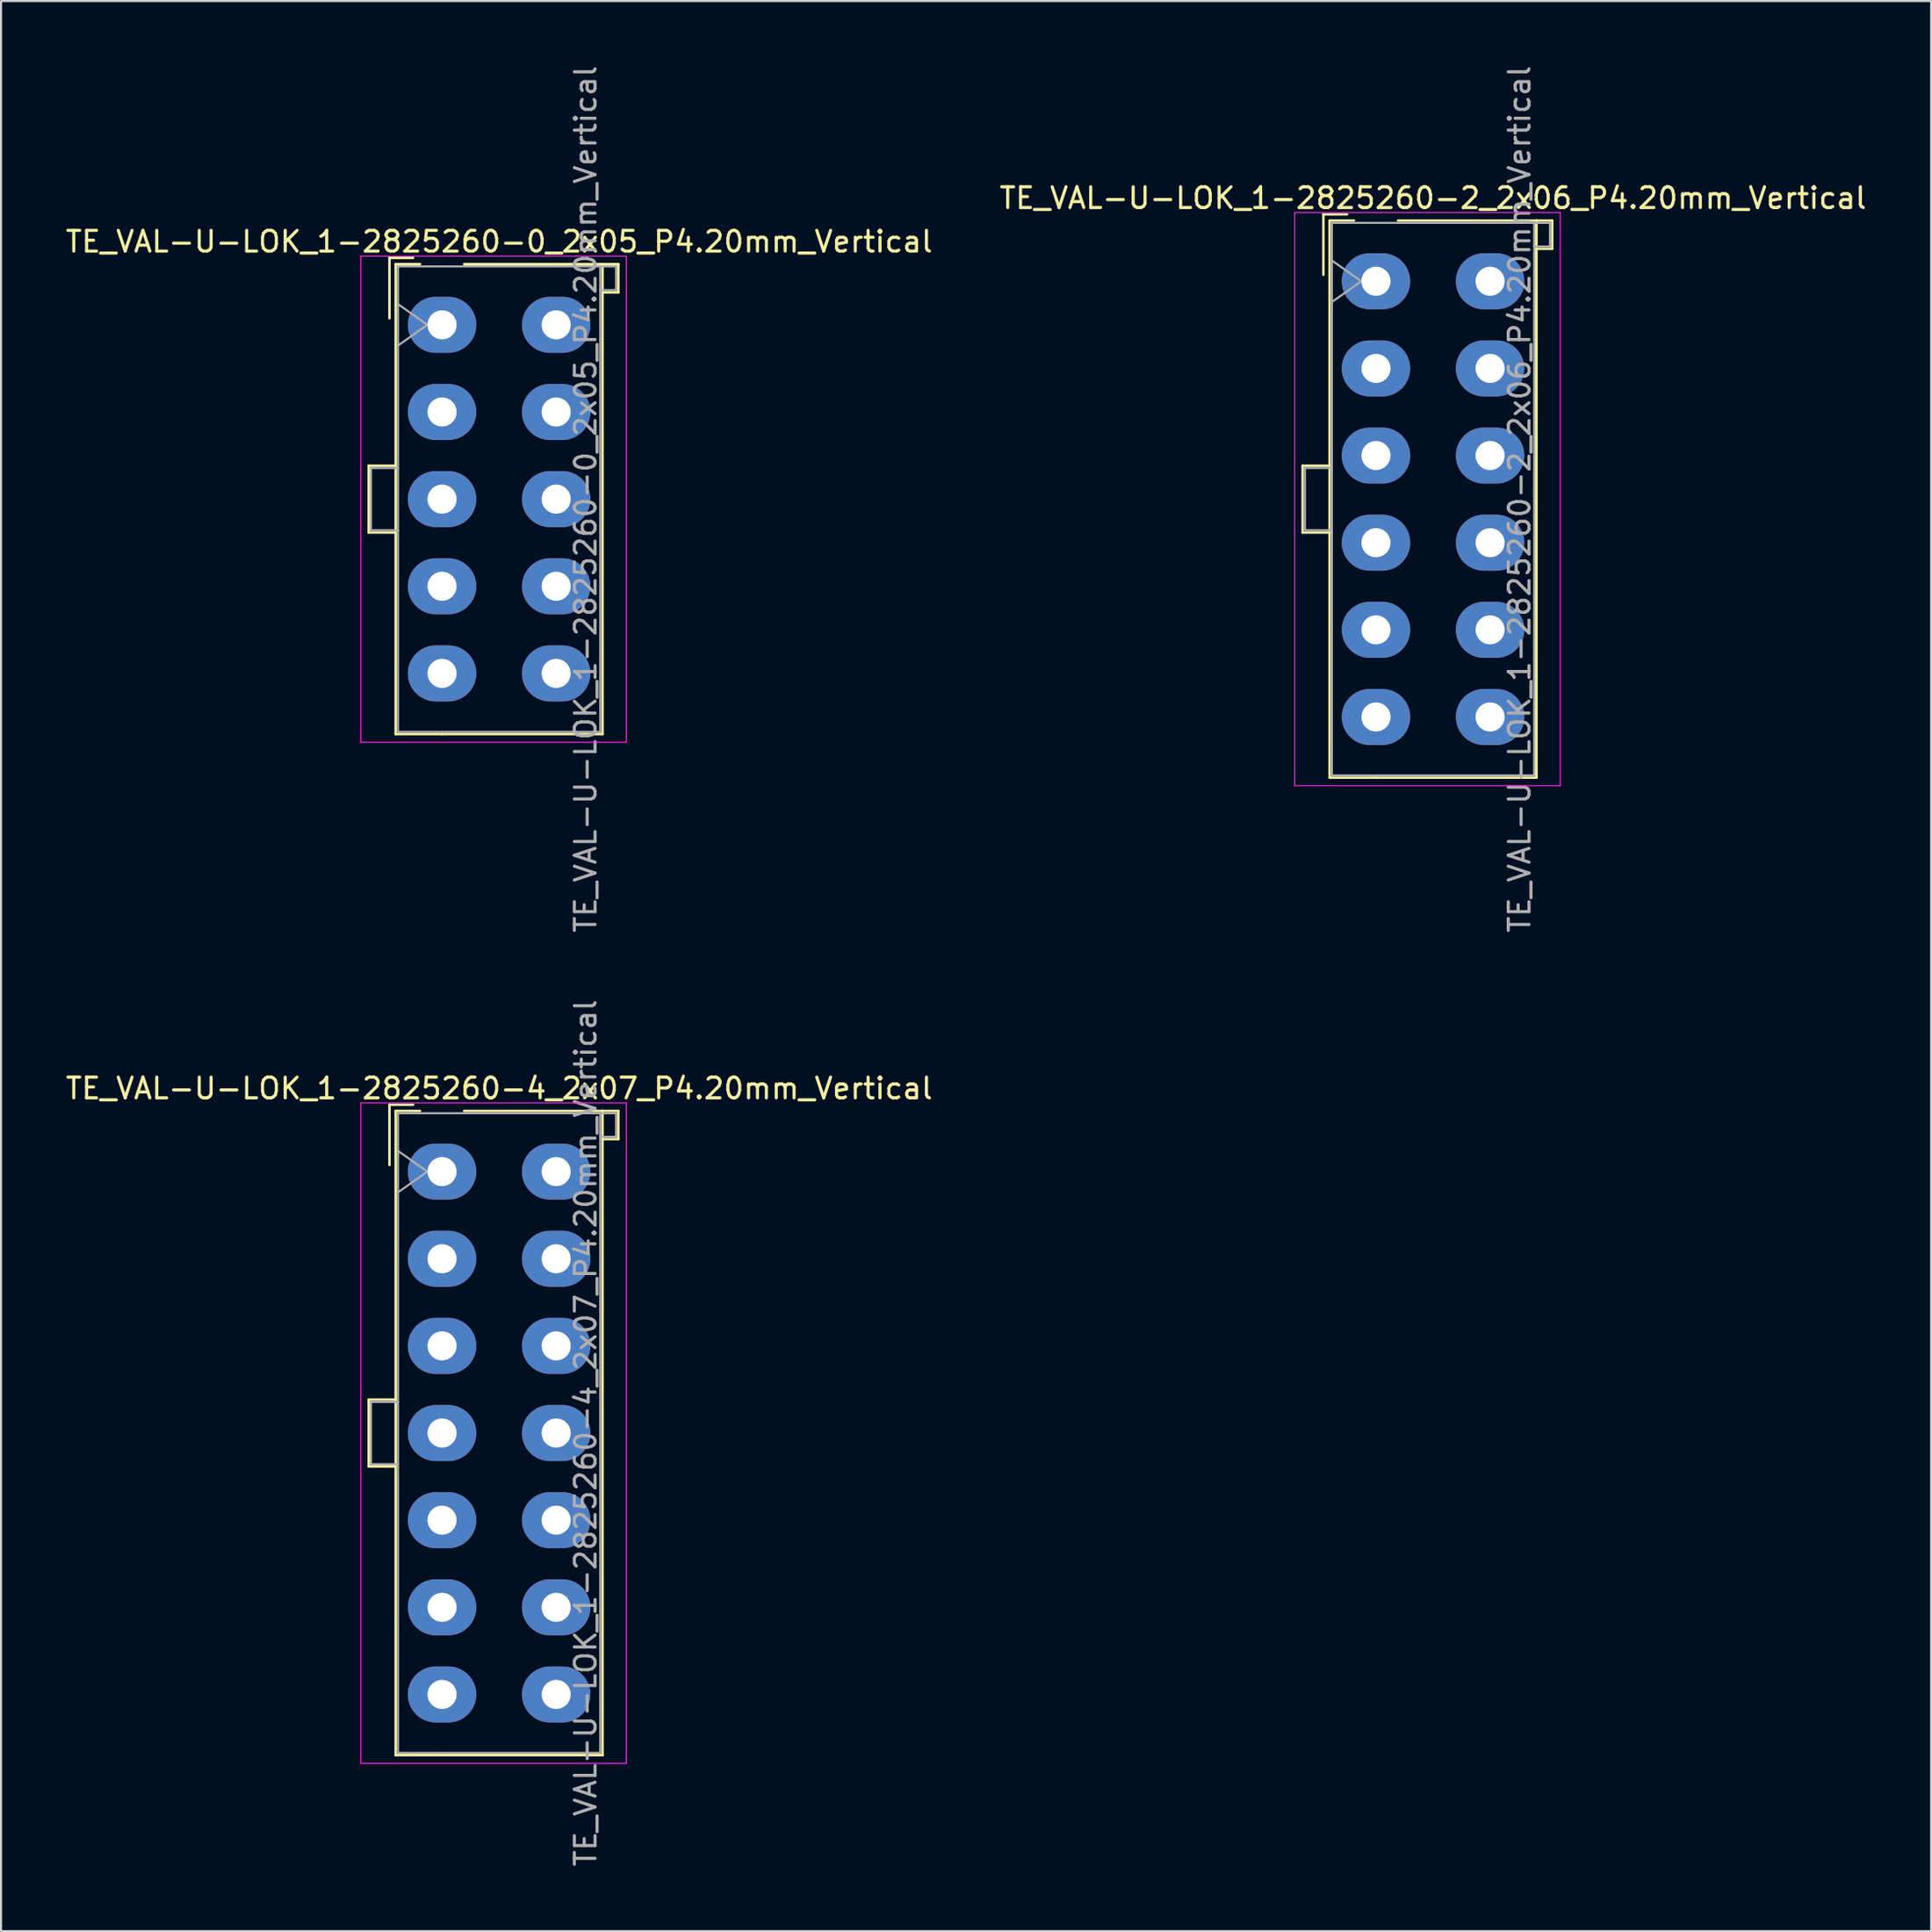
<source format=kicad_pcb>
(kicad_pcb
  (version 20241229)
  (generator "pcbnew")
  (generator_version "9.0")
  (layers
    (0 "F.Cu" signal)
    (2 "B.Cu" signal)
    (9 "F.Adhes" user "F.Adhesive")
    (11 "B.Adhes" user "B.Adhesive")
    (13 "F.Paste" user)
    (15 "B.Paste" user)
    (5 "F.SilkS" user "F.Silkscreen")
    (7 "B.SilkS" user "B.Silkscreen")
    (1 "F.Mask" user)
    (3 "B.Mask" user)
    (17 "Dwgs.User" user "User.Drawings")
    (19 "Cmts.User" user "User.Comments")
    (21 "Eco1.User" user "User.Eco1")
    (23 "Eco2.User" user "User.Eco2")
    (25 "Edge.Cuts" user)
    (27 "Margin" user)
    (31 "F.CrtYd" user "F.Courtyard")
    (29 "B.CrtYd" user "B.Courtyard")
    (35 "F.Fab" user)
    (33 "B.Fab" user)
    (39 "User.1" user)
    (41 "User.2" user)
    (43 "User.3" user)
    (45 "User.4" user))
  (footprint "TE_VAL-U-LOK_1-2825260-0_2x05_P4.20mm_Vertical"
    (layer "F.Cu")
    (at 18.256 12.606)
    (property "Reference" "TE_VAL-U-LOK_1-2825260-0_2x05_P4.20mm_Vertical" (at 2.75 -4.01 0) (layer "F.SilkS") (effects (font (size 1 1) (thickness 0.15))))
    (attr through_hole)
    (fp_line (start -3.535 6.79) (end -3.535 10.01) (stroke (width 0.12) (type solid)) (layer "F.SilkS"))
    (fp_line (start -3.535 10.01) (end -2.235 10.01) (stroke (width 0.12) (type solid)) (layer "F.SilkS"))
    (fp_line (start -2.535 -3.225) (end -2.535 -0.315) (stroke (width 0.12) (type solid)) (layer "F.SilkS"))
    (fp_line (start -2.235 -2.925) (end -2.235 19.725) (stroke (width 0.12) (type solid)) (layer "F.SilkS"))
    (fp_line (start -2.235 6.79) (end -3.535 6.79) (stroke (width 0.12) (type solid)) (layer "F.SilkS"))
    (fp_line (start -2.235 19.725) (end 0 19.725) (stroke (width 0.12) (type solid)) (layer "F.SilkS"))
    (fp_line (start -1.395 -3.225) (end -2.535 -3.225) (stroke (width 0.12) (type solid)) (layer "F.SilkS"))
    (fp_line (start -1.062 -2.925) (end -2.235 -2.925) (stroke (width 0.12) (type solid)) (layer "F.SilkS"))
    (fp_line (start 1.062 -2.925) (end 7.735 -2.925) (stroke (width 0.12) (type solid)) (layer "F.SilkS"))
    (fp_line (start 7.735 -2.925) (end 7.735 19.725) (stroke (width 0.12) (type solid)) (layer "F.SilkS"))
    (fp_line (start 7.735 -2.925) (end 8.495 -2.925) (stroke (width 0.12) (type solid)) (layer "F.SilkS"))
    (fp_line (start 7.735 19.725) (end 0 19.725) (stroke (width 0.12) (type solid)) (layer "F.SilkS"))
    (fp_line (start 8.495 -2.925) (end 8.495 -1.565) (stroke (width 0.12) (type solid)) (layer "F.SilkS"))
    (fp_line (start 8.495 -1.565) (end 7.735 -1.565) (stroke (width 0.12) (type solid)) (layer "F.SilkS"))
    (fp_line (start -3.92 -3.31) (end -3.92 20.12) (stroke (width 0.05) (type solid)) (layer "F.CrtYd"))
    (fp_line (start -3.92 20.12) (end 8.88 20.12) (stroke (width 0.05) (type solid)) (layer "F.CrtYd"))
    (fp_line (start 8.88 -3.31) (end -3.92 -3.31) (stroke (width 0.05) (type solid)) (layer "F.CrtYd"))
    (fp_line (start 8.88 20.12) (end 8.88 -3.31) (stroke (width 0.05) (type solid)) (layer "F.CrtYd"))
    (fp_line (start -3.425 6.9) (end -3.425 9.9) (stroke (width 0.1) (type solid)) (layer "F.Fab"))
    (fp_line (start -3.425 9.9) (end -2.125 9.9) (stroke (width 0.1) (type solid)) (layer "F.Fab"))
    (fp_line (start -2.125 -2.815) (end -2.125 19.615) (stroke (width 0.1) (type solid)) (layer "F.Fab"))
    (fp_line (start -2.125 -1) (end -0.711 0) (stroke (width 0.1) (type solid)) (layer "F.Fab"))
    (fp_line (start -2.125 6.9) (end -3.425 6.9) (stroke (width 0.1) (type solid)) (layer "F.Fab"))
    (fp_line (start -2.125 19.615) (end 7.625 19.615) (stroke (width 0.1) (type solid)) (layer "F.Fab"))
    (fp_line (start -0.711 0) (end -2.125 1) (stroke (width 0.1) (type solid)) (layer "F.Fab"))
    (fp_line (start 7.625 -2.815) (end -2.125 -2.815) (stroke (width 0.1) (type solid)) (layer "F.Fab"))
    (fp_line (start 7.625 -2.815) (end 8.385 -2.815) (stroke (width 0.1) (type solid)) (layer "F.Fab"))
    (fp_line (start 7.625 19.615) (end 7.625 -2.815) (stroke (width 0.1) (type solid)) (layer "F.Fab"))
    (fp_line (start 8.385 -2.815) (end 8.385 -1.675) (stroke (width 0.1) (type solid)) (layer "F.Fab"))
    (fp_line (start 8.385 -1.675) (end 7.625 -1.675) (stroke (width 0.1) (type solid)) (layer "F.Fab"))
    (fp_text user "${REFERENCE}" (at 6.92 8.4 90) (layer "F.Fab") (effects (font (size 1 1) (thickness 0.15))))
    (pad "1" thru_hole oval (at 0 0) (size 3.3 2.7) (drill 1.4) (layers "*.Cu" "*.Mask"))
    (pad "2" thru_hole oval (at 5.5 0) (size 3.3 2.7) (drill 1.4) (layers "*.Cu" "*.Mask"))
    (pad "3" thru_hole oval (at 0 4.2) (size 3.3 2.7) (drill 1.4) (layers "*.Cu" "*.Mask"))
    (pad "4" thru_hole oval (at 5.5 4.2) (size 3.3 2.7) (drill 1.4) (layers "*.Cu" "*.Mask"))
    (pad "5" thru_hole oval (at 0 8.4) (size 3.3 2.7) (drill 1.4) (layers "*.Cu" "*.Mask"))
    (pad "6" thru_hole oval (at 5.5 8.4) (size 3.3 2.7) (drill 1.4) (layers "*.Cu" "*.Mask"))
    (pad "7" thru_hole oval (at 0 12.6) (size 3.3 2.7) (drill 1.4) (layers "*.Cu" "*.Mask"))
    (pad "8" thru_hole oval (at 5.5 12.6) (size 3.3 2.7) (drill 1.4) (layers "*.Cu" "*.Mask"))
    (pad "9" thru_hole oval (at 0 16.8) (size 3.3 2.7) (drill 1.4) (layers "*.Cu" "*.Mask"))
    (pad "10" thru_hole oval (at 5.5 16.8) (size 3.3 2.7) (drill 1.4) (layers "*.Cu" "*.Mask")))
  (footprint "TE_VAL-U-LOK_1-2825260-2_2x06_P4.20mm_Vertical"
    (layer "F.Cu")
    (at 63.268 10.506)
    (property "Reference" "TE_VAL-U-LOK_1-2825260-2_2x06_P4.20mm_Vertical" (at 2.75 -4.01 0) (layer "F.SilkS") (effects (font (size 1 1) (thickness 0.15))))
    (attr through_hole)
    (fp_line (start -3.535 8.89) (end -3.535 12.11) (stroke (width 0.12) (type solid)) (layer "F.SilkS"))
    (fp_line (start -3.535 12.11) (end -2.235 12.11) (stroke (width 0.12) (type solid)) (layer "F.SilkS"))
    (fp_line (start -2.535 -3.225) (end -2.535 -0.315) (stroke (width 0.12) (type solid)) (layer "F.SilkS"))
    (fp_line (start -2.235 -2.925) (end -2.235 23.925) (stroke (width 0.12) (type solid)) (layer "F.SilkS"))
    (fp_line (start -2.235 8.89) (end -3.535 8.89) (stroke (width 0.12) (type solid)) (layer "F.SilkS"))
    (fp_line (start -2.235 23.925) (end 0 23.925) (stroke (width 0.12) (type solid)) (layer "F.SilkS"))
    (fp_line (start -1.395 -3.225) (end -2.535 -3.225) (stroke (width 0.12) (type solid)) (layer "F.SilkS"))
    (fp_line (start -1.062 -2.925) (end -2.235 -2.925) (stroke (width 0.12) (type solid)) (layer "F.SilkS"))
    (fp_line (start 1.062 -2.925) (end 7.735 -2.925) (stroke (width 0.12) (type solid)) (layer "F.SilkS"))
    (fp_line (start 7.735 -2.925) (end 7.735 23.925) (stroke (width 0.12) (type solid)) (layer "F.SilkS"))
    (fp_line (start 7.735 -2.925) (end 8.495 -2.925) (stroke (width 0.12) (type solid)) (layer "F.SilkS"))
    (fp_line (start 7.735 23.925) (end 0 23.925) (stroke (width 0.12) (type solid)) (layer "F.SilkS"))
    (fp_line (start 8.495 -2.925) (end 8.495 -1.565) (stroke (width 0.12) (type solid)) (layer "F.SilkS"))
    (fp_line (start 8.495 -1.565) (end 7.735 -1.565) (stroke (width 0.12) (type solid)) (layer "F.SilkS"))
    (fp_line (start -3.92 -3.31) (end -3.92 24.31) (stroke (width 0.05) (type solid)) (layer "F.CrtYd"))
    (fp_line (start -3.92 24.31) (end 8.88 24.31) (stroke (width 0.05) (type solid)) (layer "F.CrtYd"))
    (fp_line (start 8.88 -3.31) (end -3.92 -3.31) (stroke (width 0.05) (type solid)) (layer "F.CrtYd"))
    (fp_line (start 8.88 24.31) (end 8.88 -3.31) (stroke (width 0.05) (type solid)) (layer "F.CrtYd"))
    (fp_line (start -3.425 9) (end -3.425 12) (stroke (width 0.1) (type solid)) (layer "F.Fab"))
    (fp_line (start -3.425 12) (end -2.125 12) (stroke (width 0.1) (type solid)) (layer "F.Fab"))
    (fp_line (start -2.125 -2.815) (end -2.125 23.815) (stroke (width 0.1) (type solid)) (layer "F.Fab"))
    (fp_line (start -2.125 -1) (end -0.711 0) (stroke (width 0.1) (type solid)) (layer "F.Fab"))
    (fp_line (start -2.125 9) (end -3.425 9) (stroke (width 0.1) (type solid)) (layer "F.Fab"))
    (fp_line (start -2.125 23.815) (end 7.625 23.815) (stroke (width 0.1) (type solid)) (layer "F.Fab"))
    (fp_line (start -0.711 0) (end -2.125 1) (stroke (width 0.1) (type solid)) (layer "F.Fab"))
    (fp_line (start 7.625 -2.815) (end -2.125 -2.815) (stroke (width 0.1) (type solid)) (layer "F.Fab"))
    (fp_line (start 7.625 -2.815) (end 8.385 -2.815) (stroke (width 0.1) (type solid)) (layer "F.Fab"))
    (fp_line (start 7.625 23.815) (end 7.625 -2.815) (stroke (width 0.1) (type solid)) (layer "F.Fab"))
    (fp_line (start 8.385 -2.815) (end 8.385 -1.675) (stroke (width 0.1) (type solid)) (layer "F.Fab"))
    (fp_line (start 8.385 -1.675) (end 7.625 -1.675) (stroke (width 0.1) (type solid)) (layer "F.Fab"))
    (fp_text user "${REFERENCE}" (at 6.92 10.5 90) (layer "F.Fab") (effects (font (size 1 1) (thickness 0.15))))
    (pad "1" thru_hole oval (at 0 0) (size 3.3 2.7) (drill 1.4) (layers "*.Cu" "*.Mask"))
    (pad "2" thru_hole oval (at 5.5 0) (size 3.3 2.7) (drill 1.4) (layers "*.Cu" "*.Mask"))
    (pad "3" thru_hole oval (at 0 4.2) (size 3.3 2.7) (drill 1.4) (layers "*.Cu" "*.Mask"))
    (pad "4" thru_hole oval (at 5.5 4.2) (size 3.3 2.7) (drill 1.4) (layers "*.Cu" "*.Mask"))
    (pad "5" thru_hole oval (at 0 8.4) (size 3.3 2.7) (drill 1.4) (layers "*.Cu" "*.Mask"))
    (pad "6" thru_hole oval (at 5.5 8.4) (size 3.3 2.7) (drill 1.4) (layers "*.Cu" "*.Mask"))
    (pad "7" thru_hole oval (at 0 12.6) (size 3.3 2.7) (drill 1.4) (layers "*.Cu" "*.Mask"))
    (pad "8" thru_hole oval (at 5.5 12.6) (size 3.3 2.7) (drill 1.4) (layers "*.Cu" "*.Mask"))
    (pad "9" thru_hole oval (at 0 16.8) (size 3.3 2.7) (drill 1.4) (layers "*.Cu" "*.Mask"))
    (pad "10" thru_hole oval (at 5.5 16.8) (size 3.3 2.7) (drill 1.4) (layers "*.Cu" "*.Mask"))
    (pad "11" thru_hole oval (at 0 21) (size 3.3 2.7) (drill 1.4) (layers "*.Cu" "*.Mask"))
    (pad "12" thru_hole oval (at 5.5 21) (size 3.3 2.7) (drill 1.4) (layers "*.Cu" "*.Mask")))
  (footprint "TE_VAL-U-LOK_1-2825260-4_2x07_P4.20mm_Vertical"
    (layer "F.Cu")
    (at 18.256 53.418)
    (property "Reference" "TE_VAL-U-LOK_1-2825260-4_2x07_P4.20mm_Vertical" (at 2.75 -4.01 0) (layer "F.SilkS") (effects (font (size 1 1) (thickness 0.15))))
    (attr through_hole)
    (fp_line (start -3.535 10.99) (end -3.535 14.21) (stroke (width 0.12) (type solid)) (layer "F.SilkS"))
    (fp_line (start -3.535 14.21) (end -2.235 14.21) (stroke (width 0.12) (type solid)) (layer "F.SilkS"))
    (fp_line (start -2.535 -3.225) (end -2.535 -0.315) (stroke (width 0.12) (type solid)) (layer "F.SilkS"))
    (fp_line (start -2.235 -2.925) (end -2.235 28.125) (stroke (width 0.12) (type solid)) (layer "F.SilkS"))
    (fp_line (start -2.235 10.99) (end -3.535 10.99) (stroke (width 0.12) (type solid)) (layer "F.SilkS"))
    (fp_line (start -2.235 28.125) (end 0 28.125) (stroke (width 0.12) (type solid)) (layer "F.SilkS"))
    (fp_line (start -1.395 -3.225) (end -2.535 -3.225) (stroke (width 0.12) (type solid)) (layer "F.SilkS"))
    (fp_line (start -1.062 -2.925) (end -2.235 -2.925) (stroke (width 0.12) (type solid)) (layer "F.SilkS"))
    (fp_line (start 1.062 -2.925) (end 7.735 -2.925) (stroke (width 0.12) (type solid)) (layer "F.SilkS"))
    (fp_line (start 7.735 -2.925) (end 7.735 28.125) (stroke (width 0.12) (type solid)) (layer "F.SilkS"))
    (fp_line (start 7.735 -2.925) (end 8.495 -2.925) (stroke (width 0.12) (type solid)) (layer "F.SilkS"))
    (fp_line (start 7.735 28.125) (end 0 28.125) (stroke (width 0.12) (type solid)) (layer "F.SilkS"))
    (fp_line (start 8.495 -2.925) (end 8.495 -1.565) (stroke (width 0.12) (type solid)) (layer "F.SilkS"))
    (fp_line (start 8.495 -1.565) (end 7.735 -1.565) (stroke (width 0.12) (type solid)) (layer "F.SilkS"))
    (fp_line (start -3.92 -3.31) (end -3.92 28.52) (stroke (width 0.05) (type solid)) (layer "F.CrtYd"))
    (fp_line (start -3.92 28.52) (end 8.88 28.52) (stroke (width 0.05) (type solid)) (layer "F.CrtYd"))
    (fp_line (start 8.88 -3.31) (end -3.92 -3.31) (stroke (width 0.05) (type solid)) (layer "F.CrtYd"))
    (fp_line (start 8.88 28.52) (end 8.88 -3.31) (stroke (width 0.05) (type solid)) (layer "F.CrtYd"))
    (fp_line (start -3.425 11.1) (end -3.425 14.1) (stroke (width 0.1) (type solid)) (layer "F.Fab"))
    (fp_line (start -3.425 14.1) (end -2.125 14.1) (stroke (width 0.1) (type solid)) (layer "F.Fab"))
    (fp_line (start -2.125 -2.815) (end -2.125 28.015) (stroke (width 0.1) (type solid)) (layer "F.Fab"))
    (fp_line (start -2.125 -1) (end -0.711 0) (stroke (width 0.1) (type solid)) (layer "F.Fab"))
    (fp_line (start -2.125 11.1) (end -3.425 11.1) (stroke (width 0.1) (type solid)) (layer "F.Fab"))
    (fp_line (start -2.125 28.015) (end 7.625 28.015) (stroke (width 0.1) (type solid)) (layer "F.Fab"))
    (fp_line (start -0.711 0) (end -2.125 1) (stroke (width 0.1) (type solid)) (layer "F.Fab"))
    (fp_line (start 7.625 -2.815) (end -2.125 -2.815) (stroke (width 0.1) (type solid)) (layer "F.Fab"))
    (fp_line (start 7.625 -2.815) (end 8.385 -2.815) (stroke (width 0.1) (type solid)) (layer "F.Fab"))
    (fp_line (start 7.625 28.015) (end 7.625 -2.815) (stroke (width 0.1) (type solid)) (layer "F.Fab"))
    (fp_line (start 8.385 -2.815) (end 8.385 -1.675) (stroke (width 0.1) (type solid)) (layer "F.Fab"))
    (fp_line (start 8.385 -1.675) (end 7.625 -1.675) (stroke (width 0.1) (type solid)) (layer "F.Fab"))
    (fp_text user "${REFERENCE}" (at 6.92 12.6 90) (layer "F.Fab") (effects (font (size 1 1) (thickness 0.15))))
    (pad "1" thru_hole oval (at 0 0) (size 3.3 2.7) (drill 1.4) (layers "*.Cu" "*.Mask"))
    (pad "2" thru_hole oval (at 5.5 0) (size 3.3 2.7) (drill 1.4) (layers "*.Cu" "*.Mask"))
    (pad "3" thru_hole oval (at 0 4.2) (size 3.3 2.7) (drill 1.4) (layers "*.Cu" "*.Mask"))
    (pad "4" thru_hole oval (at 5.5 4.2) (size 3.3 2.7) (drill 1.4) (layers "*.Cu" "*.Mask"))
    (pad "5" thru_hole oval (at 0 8.4) (size 3.3 2.7) (drill 1.4) (layers "*.Cu" "*.Mask"))
    (pad "6" thru_hole oval (at 5.5 8.4) (size 3.3 2.7) (drill 1.4) (layers "*.Cu" "*.Mask"))
    (pad "7" thru_hole oval (at 0 12.6) (size 3.3 2.7) (drill 1.4) (layers "*.Cu" "*.Mask"))
    (pad "8" thru_hole oval (at 5.5 12.6) (size 3.3 2.7) (drill 1.4) (layers "*.Cu" "*.Mask"))
    (pad "9" thru_hole oval (at 0 16.8) (size 3.3 2.7) (drill 1.4) (layers "*.Cu" "*.Mask"))
    (pad "10" thru_hole oval (at 5.5 16.8) (size 3.3 2.7) (drill 1.4) (layers "*.Cu" "*.Mask"))
    (pad "11" thru_hole oval (at 0 21) (size 3.3 2.7) (drill 1.4) (layers "*.Cu" "*.Mask"))
    (pad "12" thru_hole oval (at 5.5 21) (size 3.3 2.7) (drill 1.4) (layers "*.Cu" "*.Mask"))
    (pad "13" thru_hole oval (at 0 25.2) (size 3.3 2.7) (drill 1.4) (layers "*.Cu" "*.Mask"))
    (pad "14" thru_hole oval (at 5.5 25.2) (size 3.3 2.7) (drill 1.4) (layers "*.Cu" "*.Mask")))
  (gr_rect
    (start -3 -3)
    (end 90.024 90.024)
    (stroke (width 0.1) (type default))
    (fill no)
    (layer "Edge.Cuts")))
</source>
